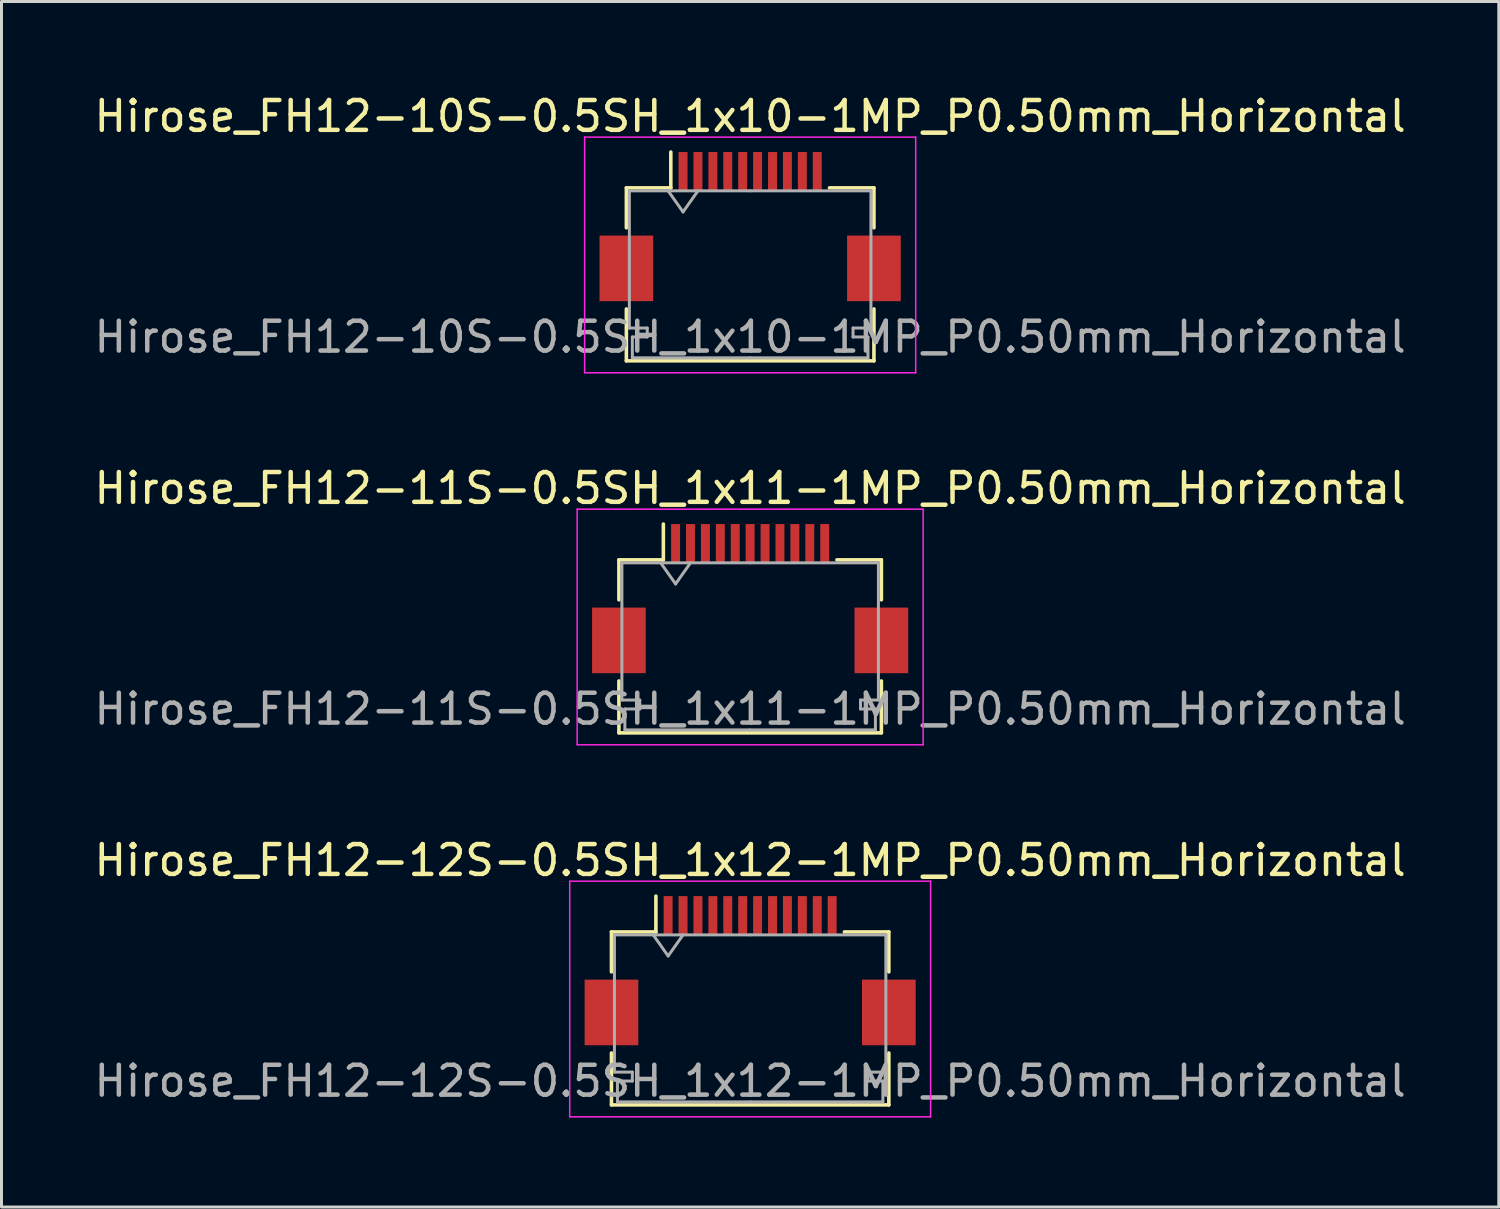
<source format=kicad_pcb>
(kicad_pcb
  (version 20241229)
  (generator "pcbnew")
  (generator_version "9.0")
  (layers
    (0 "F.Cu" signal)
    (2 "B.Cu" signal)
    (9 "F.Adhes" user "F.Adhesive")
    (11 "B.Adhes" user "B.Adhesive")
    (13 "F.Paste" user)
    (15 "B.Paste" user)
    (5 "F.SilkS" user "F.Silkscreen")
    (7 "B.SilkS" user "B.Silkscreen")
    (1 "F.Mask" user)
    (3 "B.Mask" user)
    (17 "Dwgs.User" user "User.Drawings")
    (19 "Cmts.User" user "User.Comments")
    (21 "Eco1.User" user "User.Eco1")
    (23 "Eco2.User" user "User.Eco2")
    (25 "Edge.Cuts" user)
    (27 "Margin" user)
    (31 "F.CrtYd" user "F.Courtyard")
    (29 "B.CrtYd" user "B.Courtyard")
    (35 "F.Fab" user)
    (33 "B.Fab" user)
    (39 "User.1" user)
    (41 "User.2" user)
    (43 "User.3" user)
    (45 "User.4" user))
  (footprint "Hirose_FH12-12S-0.5SH_1x12-1MP_P0.50mm_Horizontal"
    (layer "F.Cu")
    (at 22.101 29.495)
    (property "Reference" "Hirose_FH12-12S-0.5SH_1x12-1MP_P0.50mm_Horizontal" (at 0 -3.7 0) (layer "F.SilkS") (effects (font (size 1 1) (thickness 0.15))))
    (attr smd)
    (fp_line (start -4.65 -1.3) (end -4.65 0.04) (stroke (width 0.12) (type solid)) (layer "F.SilkS"))
    (fp_line (start -4.65 2.76) (end -4.65 4.5) (stroke (width 0.12) (type solid)) (layer "F.SilkS"))
    (fp_line (start -4.65 4.5) (end 4.65 4.5) (stroke (width 0.12) (type solid)) (layer "F.SilkS"))
    (fp_line (start -3.16 -1.3) (end -4.65 -1.3) (stroke (width 0.12) (type solid)) (layer "F.SilkS"))
    (fp_line (start -3.16 -1.3) (end -3.16 -2.5) (stroke (width 0.12) (type solid)) (layer "F.SilkS"))
    (fp_line (start 3.16 -1.3) (end 4.65 -1.3) (stroke (width 0.12) (type solid)) (layer "F.SilkS"))
    (fp_line (start 4.65 -1.3) (end 4.65 0.04) (stroke (width 0.12) (type solid)) (layer "F.SilkS"))
    (fp_line (start 4.65 4.5) (end 4.65 2.76) (stroke (width 0.12) (type solid)) (layer "F.SilkS"))
    (fp_line (start -6.05 -3) (end -6.05 4.9) (stroke (width 0.05) (type solid)) (layer "F.CrtYd"))
    (fp_line (start -6.05 4.9) (end 6.05 4.9) (stroke (width 0.05) (type solid)) (layer "F.CrtYd"))
    (fp_line (start 6.05 -3) (end -6.05 -3) (stroke (width 0.05) (type solid)) (layer "F.CrtYd"))
    (fp_line (start 6.05 4.9) (end 6.05 -3) (stroke (width 0.05) (type solid)) (layer "F.CrtYd"))
    (fp_line (start -4.55 -1.2) (end -4.55 3.4) (stroke (width 0.1) (type solid)) (layer "F.Fab"))
    (fp_line (start -4.55 3.4) (end -3.95 3.4) (stroke (width 0.1) (type solid)) (layer "F.Fab"))
    (fp_line (start -4.45 3.7) (end -4.45 4.4) (stroke (width 0.1) (type solid)) (layer "F.Fab"))
    (fp_line (start -4.45 4.4) (end 0 4.4) (stroke (width 0.1) (type solid)) (layer "F.Fab"))
    (fp_line (start -3.95 3.4) (end -3.95 3.7) (stroke (width 0.1) (type solid)) (layer "F.Fab"))
    (fp_line (start -3.95 3.7) (end -4.45 3.7) (stroke (width 0.1) (type solid)) (layer "F.Fab"))
    (fp_line (start -3.25 -1.2) (end -2.75 -0.493) (stroke (width 0.1) (type solid)) (layer "F.Fab"))
    (fp_line (start -2.75 -0.493) (end -2.25 -1.2) (stroke (width 0.1) (type solid)) (layer "F.Fab"))
    (fp_line (start 0 -1.2) (end -4.55 -1.2) (stroke (width 0.1) (type solid)) (layer "F.Fab"))
    (fp_line (start 0 -1.2) (end 4.55 -1.2) (stroke (width 0.1) (type solid)) (layer "F.Fab"))
    (fp_line (start 3.95 3.4) (end 3.95 3.7) (stroke (width 0.1) (type solid)) (layer "F.Fab"))
    (fp_line (start 3.95 3.7) (end 4.45 3.7) (stroke (width 0.1) (type solid)) (layer "F.Fab"))
    (fp_line (start 4.45 3.7) (end 4.45 4.4) (stroke (width 0.1) (type solid)) (layer "F.Fab"))
    (fp_line (start 4.45 4.4) (end 0 4.4) (stroke (width 0.1) (type solid)) (layer "F.Fab"))
    (fp_line (start 4.55 -1.2) (end 4.55 3.4) (stroke (width 0.1) (type solid)) (layer "F.Fab"))
    (fp_line (start 4.55 3.4) (end 3.95 3.4) (stroke (width 0.1) (type solid)) (layer "F.Fab"))
    (fp_text user "${REFERENCE}" (at 0 3.7 0) (layer "F.Fab") (effects (font (size 1 1) (thickness 0.15))))
    (pad "1" smd rect (at -2.75 -1.85) (size 0.3 1.3) (layers "F.Cu" "F.Mask" "F.Paste"))
    (pad "2" smd rect (at -2.25 -1.85) (size 0.3 1.3) (layers "F.Cu" "F.Mask" "F.Paste"))
    (pad "3" smd rect (at -1.75 -1.85) (size 0.3 1.3) (layers "F.Cu" "F.Mask" "F.Paste"))
    (pad "4" smd rect (at -1.25 -1.85) (size 0.3 1.3) (layers "F.Cu" "F.Mask" "F.Paste"))
    (pad "5" smd rect (at -0.75 -1.85) (size 0.3 1.3) (layers "F.Cu" "F.Mask" "F.Paste"))
    (pad "6" smd rect (at -0.25 -1.85) (size 0.3 1.3) (layers "F.Cu" "F.Mask" "F.Paste"))
    (pad "7" smd rect (at 0.25 -1.85) (size 0.3 1.3) (layers "F.Cu" "F.Mask" "F.Paste"))
    (pad "8" smd rect (at 0.75 -1.85) (size 0.3 1.3) (layers "F.Cu" "F.Mask" "F.Paste"))
    (pad "9" smd rect (at 1.25 -1.85) (size 0.3 1.3) (layers "F.Cu" "F.Mask" "F.Paste"))
    (pad "10" smd rect (at 1.75 -1.85) (size 0.3 1.3) (layers "F.Cu" "F.Mask" "F.Paste"))
    (pad "11" smd rect (at 2.25 -1.85) (size 0.3 1.3) (layers "F.Cu" "F.Mask" "F.Paste"))
    (pad "12" smd rect (at 2.75 -1.85) (size 0.3 1.3) (layers "F.Cu" "F.Mask" "F.Paste"))
    (pad "MP" smd rect (at -4.65 1.4) (size 1.8 2.2) (layers "F.Cu" "F.Mask" "F.Paste"))
    (pad "MP" smd rect (at 4.65 1.4) (size 1.8 2.2) (layers "F.Cu" "F.Mask" "F.Paste")))
  (footprint "Hirose_FH12-11S-0.5SH_1x11-1MP_P0.50mm_Horizontal"
    (layer "F.Cu")
    (at 22.101 17.021)
    (property "Reference" "Hirose_FH12-11S-0.5SH_1x11-1MP_P0.50mm_Horizontal" (at 0 -3.7 0) (layer "F.SilkS") (effects (font (size 1 1) (thickness 0.15))))
    (attr smd)
    (fp_line (start -4.4 -1.3) (end -4.4 0.04) (stroke (width 0.12) (type solid)) (layer "F.SilkS"))
    (fp_line (start -4.4 2.76) (end -4.4 4.5) (stroke (width 0.12) (type solid)) (layer "F.SilkS"))
    (fp_line (start -4.4 4.5) (end 4.4 4.5) (stroke (width 0.12) (type solid)) (layer "F.SilkS"))
    (fp_line (start -2.91 -1.3) (end -4.4 -1.3) (stroke (width 0.12) (type solid)) (layer "F.SilkS"))
    (fp_line (start -2.91 -1.3) (end -2.91 -2.5) (stroke (width 0.12) (type solid)) (layer "F.SilkS"))
    (fp_line (start 2.91 -1.3) (end 4.4 -1.3) (stroke (width 0.12) (type solid)) (layer "F.SilkS"))
    (fp_line (start 4.4 -1.3) (end 4.4 0.04) (stroke (width 0.12) (type solid)) (layer "F.SilkS"))
    (fp_line (start 4.4 4.5) (end 4.4 2.76) (stroke (width 0.12) (type solid)) (layer "F.SilkS"))
    (fp_line (start -5.8 -3) (end -5.8 4.9) (stroke (width 0.05) (type solid)) (layer "F.CrtYd"))
    (fp_line (start -5.8 4.9) (end 5.8 4.9) (stroke (width 0.05) (type solid)) (layer "F.CrtYd"))
    (fp_line (start 5.8 -3) (end -5.8 -3) (stroke (width 0.05) (type solid)) (layer "F.CrtYd"))
    (fp_line (start 5.8 4.9) (end 5.8 -3) (stroke (width 0.05) (type solid)) (layer "F.CrtYd"))
    (fp_line (start -4.3 -1.2) (end -4.3 3.4) (stroke (width 0.1) (type solid)) (layer "F.Fab"))
    (fp_line (start -4.3 3.4) (end -3.7 3.4) (stroke (width 0.1) (type solid)) (layer "F.Fab"))
    (fp_line (start -4.2 3.7) (end -4.2 4.4) (stroke (width 0.1) (type solid)) (layer "F.Fab"))
    (fp_line (start -4.2 4.4) (end 0 4.4) (stroke (width 0.1) (type solid)) (layer "F.Fab"))
    (fp_line (start -3.7 3.4) (end -3.7 3.7) (stroke (width 0.1) (type solid)) (layer "F.Fab"))
    (fp_line (start -3.7 3.7) (end -4.2 3.7) (stroke (width 0.1) (type solid)) (layer "F.Fab"))
    (fp_line (start -3 -1.2) (end -2.5 -0.493) (stroke (width 0.1) (type solid)) (layer "F.Fab"))
    (fp_line (start -2.5 -0.493) (end -2 -1.2) (stroke (width 0.1) (type solid)) (layer "F.Fab"))
    (fp_line (start 0 -1.2) (end -4.3 -1.2) (stroke (width 0.1) (type solid)) (layer "F.Fab"))
    (fp_line (start 0 -1.2) (end 4.3 -1.2) (stroke (width 0.1) (type solid)) (layer "F.Fab"))
    (fp_line (start 3.7 3.4) (end 3.7 3.7) (stroke (width 0.1) (type solid)) (layer "F.Fab"))
    (fp_line (start 3.7 3.7) (end 4.2 3.7) (stroke (width 0.1) (type solid)) (layer "F.Fab"))
    (fp_line (start 4.2 3.7) (end 4.2 4.4) (stroke (width 0.1) (type solid)) (layer "F.Fab"))
    (fp_line (start 4.2 4.4) (end 0 4.4) (stroke (width 0.1) (type solid)) (layer "F.Fab"))
    (fp_line (start 4.3 -1.2) (end 4.3 3.4) (stroke (width 0.1) (type solid)) (layer "F.Fab"))
    (fp_line (start 4.3 3.4) (end 3.7 3.4) (stroke (width 0.1) (type solid)) (layer "F.Fab"))
    (fp_text user "${REFERENCE}" (at 0 3.7 0) (layer "F.Fab") (effects (font (size 1 1) (thickness 0.15))))
    (pad "1" smd rect (at -2.5 -1.85) (size 0.3 1.3) (layers "F.Cu" "F.Mask" "F.Paste"))
    (pad "2" smd rect (at -2 -1.85) (size 0.3 1.3) (layers "F.Cu" "F.Mask" "F.Paste"))
    (pad "3" smd rect (at -1.5 -1.85) (size 0.3 1.3) (layers "F.Cu" "F.Mask" "F.Paste"))
    (pad "4" smd rect (at -1 -1.85) (size 0.3 1.3) (layers "F.Cu" "F.Mask" "F.Paste"))
    (pad "5" smd rect (at -0.5 -1.85) (size 0.3 1.3) (layers "F.Cu" "F.Mask" "F.Paste"))
    (pad "6" smd rect (at 0 -1.85) (size 0.3 1.3) (layers "F.Cu" "F.Mask" "F.Paste"))
    (pad "7" smd rect (at 0.5 -1.85) (size 0.3 1.3) (layers "F.Cu" "F.Mask" "F.Paste"))
    (pad "8" smd rect (at 1 -1.85) (size 0.3 1.3) (layers "F.Cu" "F.Mask" "F.Paste"))
    (pad "9" smd rect (at 1.5 -1.85) (size 0.3 1.3) (layers "F.Cu" "F.Mask" "F.Paste"))
    (pad "10" smd rect (at 2 -1.85) (size 0.3 1.3) (layers "F.Cu" "F.Mask" "F.Paste"))
    (pad "11" smd rect (at 2.5 -1.85) (size 0.3 1.3) (layers "F.Cu" "F.Mask" "F.Paste"))
    (pad "MP" smd rect (at -4.4 1.4) (size 1.8 2.2) (layers "F.Cu" "F.Mask" "F.Paste"))
    (pad "MP" smd rect (at 4.4 1.4) (size 1.8 2.2) (layers "F.Cu" "F.Mask" "F.Paste")))
  (footprint "Hirose_FH12-10S-0.5SH_1x10-1MP_P0.50mm_Horizontal"
    (layer "F.Cu")
    (at 22.101 4.548)
    (property "Reference" "Hirose_FH12-10S-0.5SH_1x10-1MP_P0.50mm_Horizontal" (at 0 -3.7 0) (layer "F.SilkS") (effects (font (size 1 1) (thickness 0.15))))
    (attr smd)
    (fp_line (start -4.15 -1.3) (end -4.15 0.04) (stroke (width 0.12) (type solid)) (layer "F.SilkS"))
    (fp_line (start -4.15 2.76) (end -4.15 4.5) (stroke (width 0.12) (type solid)) (layer "F.SilkS"))
    (fp_line (start -4.15 4.5) (end 4.15 4.5) (stroke (width 0.12) (type solid)) (layer "F.SilkS"))
    (fp_line (start -2.66 -1.3) (end -4.15 -1.3) (stroke (width 0.12) (type solid)) (layer "F.SilkS"))
    (fp_line (start -2.66 -1.3) (end -2.66 -2.5) (stroke (width 0.12) (type solid)) (layer "F.SilkS"))
    (fp_line (start 2.66 -1.3) (end 4.15 -1.3) (stroke (width 0.12) (type solid)) (layer "F.SilkS"))
    (fp_line (start 4.15 -1.3) (end 4.15 0.04) (stroke (width 0.12) (type solid)) (layer "F.SilkS"))
    (fp_line (start 4.15 4.5) (end 4.15 2.76) (stroke (width 0.12) (type solid)) (layer "F.SilkS"))
    (fp_line (start -5.55 -3) (end -5.55 4.9) (stroke (width 0.05) (type solid)) (layer "F.CrtYd"))
    (fp_line (start -5.55 4.9) (end 5.55 4.9) (stroke (width 0.05) (type solid)) (layer "F.CrtYd"))
    (fp_line (start 5.55 -3) (end -5.55 -3) (stroke (width 0.05) (type solid)) (layer "F.CrtYd"))
    (fp_line (start 5.55 4.9) (end 5.55 -3) (stroke (width 0.05) (type solid)) (layer "F.CrtYd"))
    (fp_line (start -4.05 -1.2) (end -4.05 3.4) (stroke (width 0.1) (type solid)) (layer "F.Fab"))
    (fp_line (start -4.05 3.4) (end -3.45 3.4) (stroke (width 0.1) (type solid)) (layer "F.Fab"))
    (fp_line (start -3.95 3.7) (end -3.95 4.4) (stroke (width 0.1) (type solid)) (layer "F.Fab"))
    (fp_line (start -3.95 4.4) (end 0 4.4) (stroke (width 0.1) (type solid)) (layer "F.Fab"))
    (fp_line (start -3.45 3.4) (end -3.45 3.7) (stroke (width 0.1) (type solid)) (layer "F.Fab"))
    (fp_line (start -3.45 3.7) (end -3.95 3.7) (stroke (width 0.1) (type solid)) (layer "F.Fab"))
    (fp_line (start -2.75 -1.2) (end -2.25 -0.493) (stroke (width 0.1) (type solid)) (layer "F.Fab"))
    (fp_line (start -2.25 -0.493) (end -1.75 -1.2) (stroke (width 0.1) (type solid)) (layer "F.Fab"))
    (fp_line (start 0 -1.2) (end -4.05 -1.2) (stroke (width 0.1) (type solid)) (layer "F.Fab"))
    (fp_line (start 0 -1.2) (end 4.05 -1.2) (stroke (width 0.1) (type solid)) (layer "F.Fab"))
    (fp_line (start 3.45 3.4) (end 3.45 3.7) (stroke (width 0.1) (type solid)) (layer "F.Fab"))
    (fp_line (start 3.45 3.7) (end 3.95 3.7) (stroke (width 0.1) (type solid)) (layer "F.Fab"))
    (fp_line (start 3.95 3.7) (end 3.95 4.4) (stroke (width 0.1) (type solid)) (layer "F.Fab"))
    (fp_line (start 3.95 4.4) (end 0 4.4) (stroke (width 0.1) (type solid)) (layer "F.Fab"))
    (fp_line (start 4.05 -1.2) (end 4.05 3.4) (stroke (width 0.1) (type solid)) (layer "F.Fab"))
    (fp_line (start 4.05 3.4) (end 3.45 3.4) (stroke (width 0.1) (type solid)) (layer "F.Fab"))
    (fp_text user "${REFERENCE}" (at 0 3.7 0) (layer "F.Fab") (effects (font (size 1 1) (thickness 0.15))))
    (pad "1" smd rect (at -2.25 -1.85) (size 0.3 1.3) (layers "F.Cu" "F.Mask" "F.Paste"))
    (pad "2" smd rect (at -1.75 -1.85) (size 0.3 1.3) (layers "F.Cu" "F.Mask" "F.Paste"))
    (pad "3" smd rect (at -1.25 -1.85) (size 0.3 1.3) (layers "F.Cu" "F.Mask" "F.Paste"))
    (pad "4" smd rect (at -0.75 -1.85) (size 0.3 1.3) (layers "F.Cu" "F.Mask" "F.Paste"))
    (pad "5" smd rect (at -0.25 -1.85) (size 0.3 1.3) (layers "F.Cu" "F.Mask" "F.Paste"))
    (pad "6" smd rect (at 0.25 -1.85) (size 0.3 1.3) (layers "F.Cu" "F.Mask" "F.Paste"))
    (pad "7" smd rect (at 0.75 -1.85) (size 0.3 1.3) (layers "F.Cu" "F.Mask" "F.Paste"))
    (pad "8" smd rect (at 1.25 -1.85) (size 0.3 1.3) (layers "F.Cu" "F.Mask" "F.Paste"))
    (pad "9" smd rect (at 1.75 -1.85) (size 0.3 1.3) (layers "F.Cu" "F.Mask" "F.Paste"))
    (pad "10" smd rect (at 2.25 -1.85) (size 0.3 1.3) (layers "F.Cu" "F.Mask" "F.Paste"))
    (pad "MP" smd rect (at -4.15 1.4) (size 1.8 2.2) (layers "F.Cu" "F.Mask" "F.Paste"))
    (pad "MP" smd rect (at 4.15 1.4) (size 1.8 2.2) (layers "F.Cu" "F.Mask" "F.Paste")))
  (gr_rect
    (start -3 -3)
    (end 47.202 37.42)
    (stroke (width 0.1) (type default))
    (fill no)
    (layer "Edge.Cuts")))
</source>
